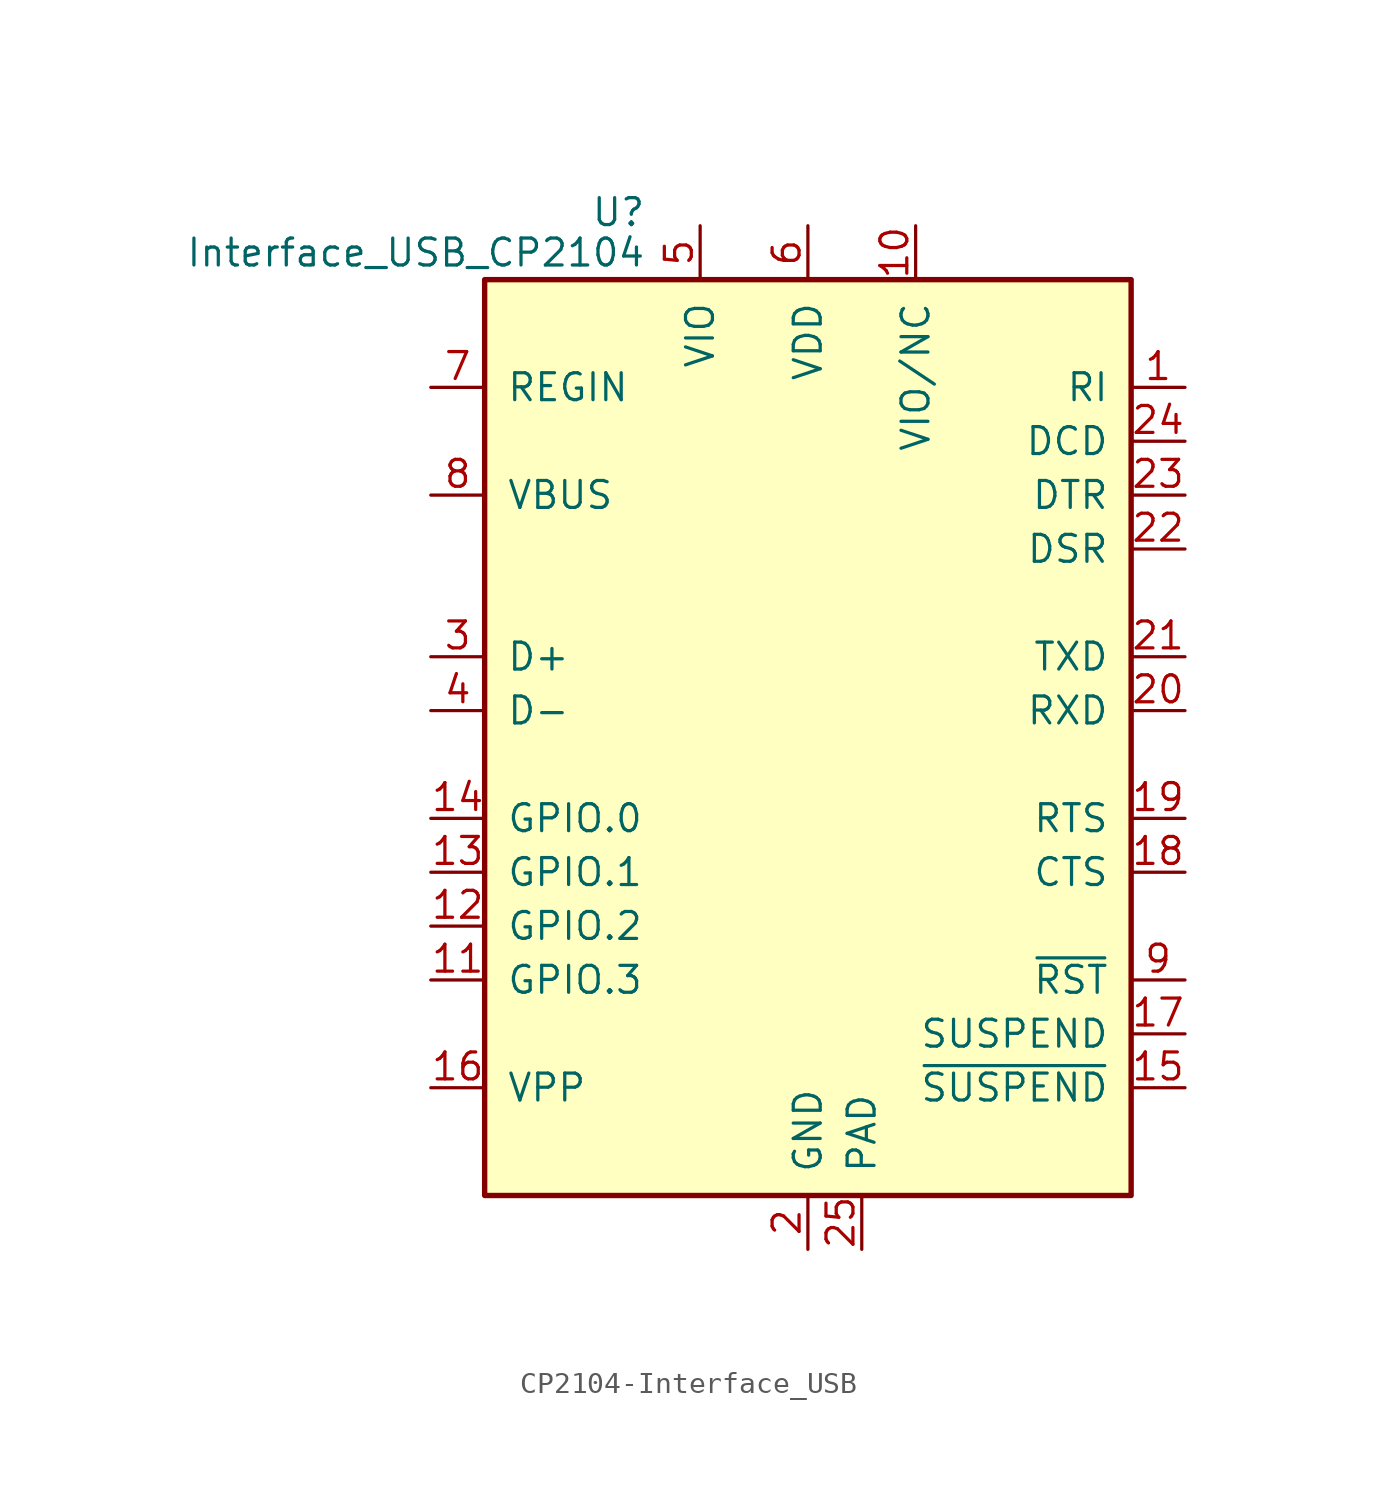
<source format=kicad_sym>
(kicad_symbol_lib
  (version 20220914)
  (generator kicad_symbol_editor)
  (symbol "CP2104-Interface_USB"
    (pin_names
      (offset 1.016))
    (property "Reference" "U"
      (at -7.62 23.495 0)
      (effects (font (size 1.27 1.27)) (justify right)))
    (property "Value" "Interface_USB_CP2104"
      (at -7.62 21.59 0)
      (effects (font (size 1.27 1.27)) (justify right)))
    (symbol "CP2104-Interface_USB_0_1"
      (rectangle (start -15.24 20.32) (end 15.24 -22.86) (stroke (width 0.254) (type solid)) (fill (type background))))
    (symbol "CP2104-Interface_USB_1_1"
      (pin input line (at 17.78 15.24 180) (length 2.54) (name "RI" (effects (font (size 1.27 1.27)))) (number "1" (effects (font (size 1.27 1.27)))))
      (pin power_out line (at 5.08 22.86 270) (length 2.54) (name "VIO/NC" (effects (font (size 1.27 1.27)))) (number "10" (effects (font (size 1.27 1.27)))))
      (pin bidirectional line (at -17.78 -12.7 0) (length 2.54) (name "GPIO.3" (effects (font (size 1.27 1.27)))) (number "11" (effects (font (size 1.27 1.27)))))
      (pin bidirectional line (at -17.78 -10.16 0) (length 2.54) (name "GPIO.2" (effects (font (size 1.27 1.27)))) (number "12" (effects (font (size 1.27 1.27)))))
      (pin bidirectional line (at -17.78 -7.62 0) (length 2.54) (name "GPIO.1" (effects (font (size 1.27 1.27)))) (number "13" (effects (font (size 1.27 1.27)))))
      (pin bidirectional line (at -17.78 -5.08 0) (length 2.54) (name "GPIO.0" (effects (font (size 1.27 1.27)))) (number "14" (effects (font (size 1.27 1.27)))))
      (pin output line (at 17.78 -17.78 180) (length 2.54) (name "~{SUSPEND}" (effects (font (size 1.27 1.27)))) (number "15" (effects (font (size 1.27 1.27)))))
      (pin passive line (at -17.78 -17.78 0) (length 2.54) (name "VPP" (effects (font (size 1.27 1.27)))) (number "16" (effects (font (size 1.27 1.27)))))
      (pin output line (at 17.78 -15.24 180) (length 2.54) (name "SUSPEND" (effects (font (size 1.27 1.27)))) (number "17" (effects (font (size 1.27 1.27)))))
      (pin input line (at 17.78 -7.62 180) (length 2.54) (name "CTS" (effects (font (size 1.27 1.27)))) (number "18" (effects (font (size 1.27 1.27)))))
      (pin output line (at 17.78 -5.08 180) (length 2.54) (name "RTS" (effects (font (size 1.27 1.27)))) (number "19" (effects (font (size 1.27 1.27)))))
      (pin power_in line (at 0 -25.4 90) (length 2.54) (name "GND" (effects (font (size 1.27 1.27)))) (number "2" (effects (font (size 1.27 1.27)))))
      (pin input line (at 17.78 0 180) (length 2.54) (name "RXD" (effects (font (size 1.27 1.27)))) (number "20" (effects (font (size 1.27 1.27)))))
      (pin output line (at 17.78 2.54 180) (length 2.54) (name "TXD" (effects (font (size 1.27 1.27)))) (number "21" (effects (font (size 1.27 1.27)))))
      (pin input line (at 17.78 7.62 180) (length 2.54) (name "DSR" (effects (font (size 1.27 1.27)))) (number "22" (effects (font (size 1.27 1.27)))))
      (pin output line (at 17.78 10.16 180) (length 2.54) (name "DTR" (effects (font (size 1.27 1.27)))) (number "23" (effects (font (size 1.27 1.27)))))
      (pin input line (at 17.78 12.7 180) (length 2.54) (name "DCD" (effects (font (size 1.27 1.27)))) (number "24" (effects (font (size 1.27 1.27)))))
      (pin power_in line (at 2.54 -25.4 90) (length 2.54) (name "PAD" (effects (font (size 1.27 1.27)))) (number "25" (effects (font (size 1.27 1.27)))))
      (pin bidirectional line (at -17.78 2.54 0) (length 2.54) (name "D+" (effects (font (size 1.27 1.27)))) (number "3" (effects (font (size 1.27 1.27)))))
      (pin bidirectional line (at -17.78 0 0) (length 2.54) (name "D-" (effects (font (size 1.27 1.27)))) (number "4" (effects (font (size 1.27 1.27)))))
      (pin power_in line (at -5.08 22.86 270) (length 2.54) (name "VIO" (effects (font (size 1.27 1.27)))) (number "5" (effects (font (size 1.27 1.27)))))
      (pin power_in line (at 0 22.86 270) (length 2.54) (name "VDD" (effects (font (size 1.27 1.27)))) (number "6" (effects (font (size 1.27 1.27)))))
      (pin power_in line (at -17.78 15.24 0) (length 2.54) (name "REGIN" (effects (font (size 1.27 1.27)))) (number "7" (effects (font (size 1.27 1.27)))))
      (pin input line (at -17.78 10.16 0) (length 2.54) (name "VBUS" (effects (font (size 1.27 1.27)))) (number "8" (effects (font (size 1.27 1.27)))))
      (pin bidirectional line (at 17.78 -12.7 180) (length 2.54) (name "~{RST}" (effects (font (size 1.27 1.27)))) (number "9" (effects (font (size 1.27 1.27))))))))
</source>
